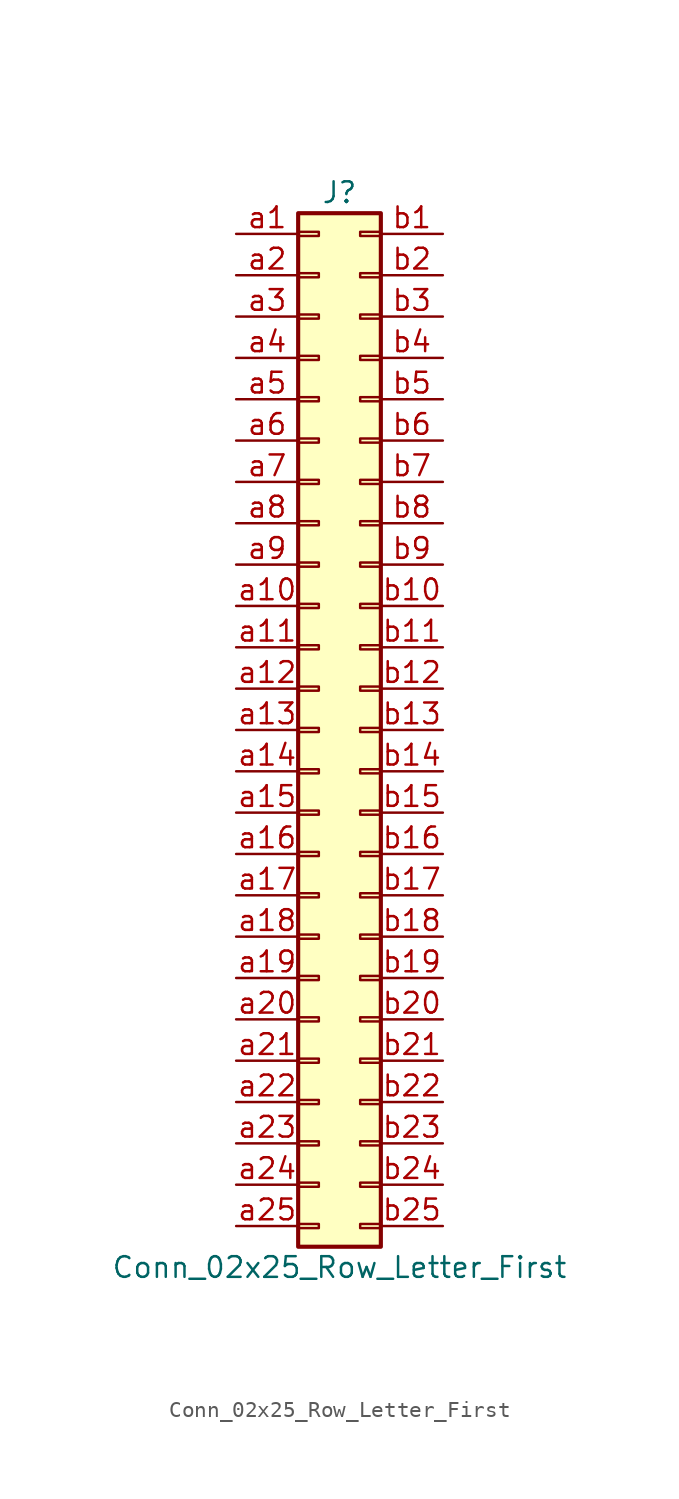
<source format=kicad_sym>
(kicad_symbol_lib
  (version 20220914)
  (generator kicad_symbol_editor)
  (symbol "Conn_02x25_Row_Letter_First"
    (pin_names
      (offset 1.016) hide)
    (property "Reference" "J"
      (at 1.27 33.02 0)
      (effects (font (size 1.27 1.27))))
    (property "Value" "Conn_02x25_Row_Letter_First"
      (at 1.27 -33.02 0)
      (effects (font (size 1.27 1.27))))
    (symbol "Conn_02x25_Row_Letter_First_1_1"
      (rectangle (start -1.27 -30.353) (end 0 -30.607) (stroke (width 0.152) (type default)) (fill (type none)))
      (rectangle (start -1.27 -27.813) (end 0 -28.067) (stroke (width 0.152) (type default)) (fill (type none)))
      (rectangle (start -1.27 -25.273) (end 0 -25.527) (stroke (width 0.152) (type default)) (fill (type none)))
      (rectangle (start -1.27 -22.733) (end 0 -22.987) (stroke (width 0.152) (type default)) (fill (type none)))
      (rectangle (start -1.27 -20.193) (end 0 -20.447) (stroke (width 0.152) (type default)) (fill (type none)))
      (rectangle (start -1.27 -17.653) (end 0 -17.907) (stroke (width 0.152) (type default)) (fill (type none)))
      (rectangle (start -1.27 -15.113) (end 0 -15.367) (stroke (width 0.152) (type default)) (fill (type none)))
      (rectangle (start -1.27 -12.573) (end 0 -12.827) (stroke (width 0.152) (type default)) (fill (type none)))
      (rectangle (start -1.27 -10.033) (end 0 -10.287) (stroke (width 0.152) (type default)) (fill (type none)))
      (rectangle (start -1.27 -7.493) (end 0 -7.747) (stroke (width 0.152) (type default)) (fill (type none)))
      (rectangle (start -1.27 -4.953) (end 0 -5.207) (stroke (width 0.152) (type default)) (fill (type none)))
      (rectangle (start -1.27 -2.413) (end 0 -2.667) (stroke (width 0.152) (type default)) (fill (type none)))
      (rectangle (start -1.27 0.127) (end 0 -0.127) (stroke (width 0.152) (type default)) (fill (type none)))
      (rectangle (start -1.27 2.667) (end 0 2.413) (stroke (width 0.152) (type default)) (fill (type none)))
      (rectangle (start -1.27 5.207) (end 0 4.953) (stroke (width 0.152) (type default)) (fill (type none)))
      (rectangle (start -1.27 7.747) (end 0 7.493) (stroke (width 0.152) (type default)) (fill (type none)))
      (rectangle (start -1.27 10.287) (end 0 10.033) (stroke (width 0.152) (type default)) (fill (type none)))
      (rectangle (start -1.27 12.827) (end 0 12.573) (stroke (width 0.152) (type default)) (fill (type none)))
      (rectangle (start -1.27 15.367) (end 0 15.113) (stroke (width 0.152) (type default)) (fill (type none)))
      (rectangle (start -1.27 17.907) (end 0 17.653) (stroke (width 0.152) (type default)) (fill (type none)))
      (rectangle (start -1.27 20.447) (end 0 20.193) (stroke (width 0.152) (type default)) (fill (type none)))
      (rectangle (start -1.27 22.987) (end 0 22.733) (stroke (width 0.152) (type default)) (fill (type none)))
      (rectangle (start -1.27 25.527) (end 0 25.273) (stroke (width 0.152) (type default)) (fill (type none)))
      (rectangle (start -1.27 28.067) (end 0 27.813) (stroke (width 0.152) (type default)) (fill (type none)))
      (rectangle (start -1.27 30.607) (end 0 30.353) (stroke (width 0.152) (type default)) (fill (type none)))
      (rectangle (start -1.27 31.75) (end 3.81 -31.75) (stroke (width 0.254) (type default)) (fill (type background)))
      (rectangle (start 3.81 -30.353) (end 2.54 -30.607) (stroke (width 0.152) (type default)) (fill (type none)))
      (rectangle (start 3.81 -27.813) (end 2.54 -28.067) (stroke (width 0.152) (type default)) (fill (type none)))
      (rectangle (start 3.81 -25.273) (end 2.54 -25.527) (stroke (width 0.152) (type default)) (fill (type none)))
      (rectangle (start 3.81 -22.733) (end 2.54 -22.987) (stroke (width 0.152) (type default)) (fill (type none)))
      (rectangle (start 3.81 -20.193) (end 2.54 -20.447) (stroke (width 0.152) (type default)) (fill (type none)))
      (rectangle (start 3.81 -17.653) (end 2.54 -17.907) (stroke (width 0.152) (type default)) (fill (type none)))
      (rectangle (start 3.81 -15.113) (end 2.54 -15.367) (stroke (width 0.152) (type default)) (fill (type none)))
      (rectangle (start 3.81 -12.573) (end 2.54 -12.827) (stroke (width 0.152) (type default)) (fill (type none)))
      (rectangle (start 3.81 -10.033) (end 2.54 -10.287) (stroke (width 0.152) (type default)) (fill (type none)))
      (rectangle (start 3.81 -7.493) (end 2.54 -7.747) (stroke (width 0.152) (type default)) (fill (type none)))
      (rectangle (start 3.81 -4.953) (end 2.54 -5.207) (stroke (width 0.152) (type default)) (fill (type none)))
      (rectangle (start 3.81 -2.413) (end 2.54 -2.667) (stroke (width 0.152) (type default)) (fill (type none)))
      (rectangle (start 3.81 0.127) (end 2.54 -0.127) (stroke (width 0.152) (type default)) (fill (type none)))
      (rectangle (start 3.81 2.667) (end 2.54 2.413) (stroke (width 0.152) (type default)) (fill (type none)))
      (rectangle (start 3.81 5.207) (end 2.54 4.953) (stroke (width 0.152) (type default)) (fill (type none)))
      (rectangle (start 3.81 7.747) (end 2.54 7.493) (stroke (width 0.152) (type default)) (fill (type none)))
      (rectangle (start 3.81 10.287) (end 2.54 10.033) (stroke (width 0.152) (type default)) (fill (type none)))
      (rectangle (start 3.81 12.827) (end 2.54 12.573) (stroke (width 0.152) (type default)) (fill (type none)))
      (rectangle (start 3.81 15.367) (end 2.54 15.113) (stroke (width 0.152) (type default)) (fill (type none)))
      (rectangle (start 3.81 17.907) (end 2.54 17.653) (stroke (width 0.152) (type default)) (fill (type none)))
      (rectangle (start 3.81 20.447) (end 2.54 20.193) (stroke (width 0.152) (type default)) (fill (type none)))
      (rectangle (start 3.81 22.987) (end 2.54 22.733) (stroke (width 0.152) (type default)) (fill (type none)))
      (rectangle (start 3.81 25.527) (end 2.54 25.273) (stroke (width 0.152) (type default)) (fill (type none)))
      (rectangle (start 3.81 28.067) (end 2.54 27.813) (stroke (width 0.152) (type default)) (fill (type none)))
      (rectangle (start 3.81 30.607) (end 2.54 30.353) (stroke (width 0.152) (type default)) (fill (type none)))
      (pin passive line (at -5.08 30.48 0) (length 3.81) (name "Pin_a1" (effects (font (size 1.27 1.27)))) (number "a1" (effects (font (size 1.27 1.27)))))
      (pin passive line (at -5.08 7.62 0) (length 3.81) (name "Pin_a10" (effects (font (size 1.27 1.27)))) (number "a10" (effects (font (size 1.27 1.27)))))
      (pin passive line (at -5.08 5.08 0) (length 3.81) (name "Pin_a11" (effects (font (size 1.27 1.27)))) (number "a11" (effects (font (size 1.27 1.27)))))
      (pin passive line (at -5.08 2.54 0) (length 3.81) (name "Pin_a12" (effects (font (size 1.27 1.27)))) (number "a12" (effects (font (size 1.27 1.27)))))
      (pin passive line (at -5.08 0 0) (length 3.81) (name "Pin_a13" (effects (font (size 1.27 1.27)))) (number "a13" (effects (font (size 1.27 1.27)))))
      (pin passive line (at -5.08 -2.54 0) (length 3.81) (name "Pin_a14" (effects (font (size 1.27 1.27)))) (number "a14" (effects (font (size 1.27 1.27)))))
      (pin passive line (at -5.08 -5.08 0) (length 3.81) (name "Pin_a15" (effects (font (size 1.27 1.27)))) (number "a15" (effects (font (size 1.27 1.27)))))
      (pin passive line (at -5.08 -7.62 0) (length 3.81) (name "Pin_a16" (effects (font (size 1.27 1.27)))) (number "a16" (effects (font (size 1.27 1.27)))))
      (pin passive line (at -5.08 -10.16 0) (length 3.81) (name "Pin_a17" (effects (font (size 1.27 1.27)))) (number "a17" (effects (font (size 1.27 1.27)))))
      (pin passive line (at -5.08 -12.7 0) (length 3.81) (name "Pin_a18" (effects (font (size 1.27 1.27)))) (number "a18" (effects (font (size 1.27 1.27)))))
      (pin passive line (at -5.08 -15.24 0) (length 3.81) (name "Pin_a19" (effects (font (size 1.27 1.27)))) (number "a19" (effects (font (size 1.27 1.27)))))
      (pin passive line (at -5.08 27.94 0) (length 3.81) (name "Pin_a2" (effects (font (size 1.27 1.27)))) (number "a2" (effects (font (size 1.27 1.27)))))
      (pin passive line (at -5.08 -17.78 0) (length 3.81) (name "Pin_a20" (effects (font (size 1.27 1.27)))) (number "a20" (effects (font (size 1.27 1.27)))))
      (pin passive line (at -5.08 -20.32 0) (length 3.81) (name "Pin_a21" (effects (font (size 1.27 1.27)))) (number "a21" (effects (font (size 1.27 1.27)))))
      (pin passive line (at -5.08 -22.86 0) (length 3.81) (name "Pin_a22" (effects (font (size 1.27 1.27)))) (number "a22" (effects (font (size 1.27 1.27)))))
      (pin passive line (at -5.08 -25.4 0) (length 3.81) (name "Pin_a23" (effects (font (size 1.27 1.27)))) (number "a23" (effects (font (size 1.27 1.27)))))
      (pin passive line (at -5.08 -27.94 0) (length 3.81) (name "Pin_a24" (effects (font (size 1.27 1.27)))) (number "a24" (effects (font (size 1.27 1.27)))))
      (pin passive line (at -5.08 -30.48 0) (length 3.81) (name "Pin_a25" (effects (font (size 1.27 1.27)))) (number "a25" (effects (font (size 1.27 1.27)))))
      (pin passive line (at -5.08 25.4 0) (length 3.81) (name "Pin_a3" (effects (font (size 1.27 1.27)))) (number "a3" (effects (font (size 1.27 1.27)))))
      (pin passive line (at -5.08 22.86 0) (length 3.81) (name "Pin_a4" (effects (font (size 1.27 1.27)))) (number "a4" (effects (font (size 1.27 1.27)))))
      (pin passive line (at -5.08 20.32 0) (length 3.81) (name "Pin_a5" (effects (font (size 1.27 1.27)))) (number "a5" (effects (font (size 1.27 1.27)))))
      (pin passive line (at -5.08 17.78 0) (length 3.81) (name "Pin_a6" (effects (font (size 1.27 1.27)))) (number "a6" (effects (font (size 1.27 1.27)))))
      (pin passive line (at -5.08 15.24 0) (length 3.81) (name "Pin_a7" (effects (font (size 1.27 1.27)))) (number "a7" (effects (font (size 1.27 1.27)))))
      (pin passive line (at -5.08 12.7 0) (length 3.81) (name "Pin_a8" (effects (font (size 1.27 1.27)))) (number "a8" (effects (font (size 1.27 1.27)))))
      (pin passive line (at -5.08 10.16 0) (length 3.81) (name "Pin_a9" (effects (font (size 1.27 1.27)))) (number "a9" (effects (font (size 1.27 1.27)))))
      (pin passive line (at 7.62 30.48 180) (length 3.81) (name "Pin_b1" (effects (font (size 1.27 1.27)))) (number "b1" (effects (font (size 1.27 1.27)))))
      (pin passive line (at 7.62 7.62 180) (length 3.81) (name "Pin_b10" (effects (font (size 1.27 1.27)))) (number "b10" (effects (font (size 1.27 1.27)))))
      (pin passive line (at 7.62 5.08 180) (length 3.81) (name "Pin_b11" (effects (font (size 1.27 1.27)))) (number "b11" (effects (font (size 1.27 1.27)))))
      (pin passive line (at 7.62 2.54 180) (length 3.81) (name "Pin_b12" (effects (font (size 1.27 1.27)))) (number "b12" (effects (font (size 1.27 1.27)))))
      (pin passive line (at 7.62 0 180) (length 3.81) (name "Pin_b13" (effects (font (size 1.27 1.27)))) (number "b13" (effects (font (size 1.27 1.27)))))
      (pin passive line (at 7.62 -2.54 180) (length 3.81) (name "Pin_b14" (effects (font (size 1.27 1.27)))) (number "b14" (effects (font (size 1.27 1.27)))))
      (pin passive line (at 7.62 -5.08 180) (length 3.81) (name "Pin_b15" (effects (font (size 1.27 1.27)))) (number "b15" (effects (font (size 1.27 1.27)))))
      (pin passive line (at 7.62 -7.62 180) (length 3.81) (name "Pin_b16" (effects (font (size 1.27 1.27)))) (number "b16" (effects (font (size 1.27 1.27)))))
      (pin passive line (at 7.62 -10.16 180) (length 3.81) (name "Pin_b17" (effects (font (size 1.27 1.27)))) (number "b17" (effects (font (size 1.27 1.27)))))
      (pin passive line (at 7.62 -12.7 180) (length 3.81) (name "Pin_b18" (effects (font (size 1.27 1.27)))) (number "b18" (effects (font (size 1.27 1.27)))))
      (pin passive line (at 7.62 -15.24 180) (length 3.81) (name "Pin_b19" (effects (font (size 1.27 1.27)))) (number "b19" (effects (font (size 1.27 1.27)))))
      (pin passive line (at 7.62 27.94 180) (length 3.81) (name "Pin_b2" (effects (font (size 1.27 1.27)))) (number "b2" (effects (font (size 1.27 1.27)))))
      (pin passive line (at 7.62 -17.78 180) (length 3.81) (name "Pin_b20" (effects (font (size 1.27 1.27)))) (number "b20" (effects (font (size 1.27 1.27)))))
      (pin passive line (at 7.62 -20.32 180) (length 3.81) (name "Pin_b21" (effects (font (size 1.27 1.27)))) (number "b21" (effects (font (size 1.27 1.27)))))
      (pin passive line (at 7.62 -22.86 180) (length 3.81) (name "Pin_b22" (effects (font (size 1.27 1.27)))) (number "b22" (effects (font (size 1.27 1.27)))))
      (pin passive line (at 7.62 -25.4 180) (length 3.81) (name "Pin_b23" (effects (font (size 1.27 1.27)))) (number "b23" (effects (font (size 1.27 1.27)))))
      (pin passive line (at 7.62 -27.94 180) (length 3.81) (name "Pin_b24" (effects (font (size 1.27 1.27)))) (number "b24" (effects (font (size 1.27 1.27)))))
      (pin passive line (at 7.62 -30.48 180) (length 3.81) (name "Pin_b25" (effects (font (size 1.27 1.27)))) (number "b25" (effects (font (size 1.27 1.27)))))
      (pin passive line (at 7.62 25.4 180) (length 3.81) (name "Pin_b3" (effects (font (size 1.27 1.27)))) (number "b3" (effects (font (size 1.27 1.27)))))
      (pin passive line (at 7.62 22.86 180) (length 3.81) (name "Pin_b4" (effects (font (size 1.27 1.27)))) (number "b4" (effects (font (size 1.27 1.27)))))
      (pin passive line (at 7.62 20.32 180) (length 3.81) (name "Pin_b5" (effects (font (size 1.27 1.27)))) (number "b5" (effects (font (size 1.27 1.27)))))
      (pin passive line (at 7.62 17.78 180) (length 3.81) (name "Pin_b6" (effects (font (size 1.27 1.27)))) (number "b6" (effects (font (size 1.27 1.27)))))
      (pin passive line (at 7.62 15.24 180) (length 3.81) (name "Pin_b7" (effects (font (size 1.27 1.27)))) (number "b7" (effects (font (size 1.27 1.27)))))
      (pin passive line (at 7.62 12.7 180) (length 3.81) (name "Pin_b8" (effects (font (size 1.27 1.27)))) (number "b8" (effects (font (size 1.27 1.27)))))
      (pin passive line (at 7.62 10.16 180) (length 3.81) (name "Pin_b9" (effects (font (size 1.27 1.27)))) (number "b9" (effects (font (size 1.27 1.27))))))))
</source>
